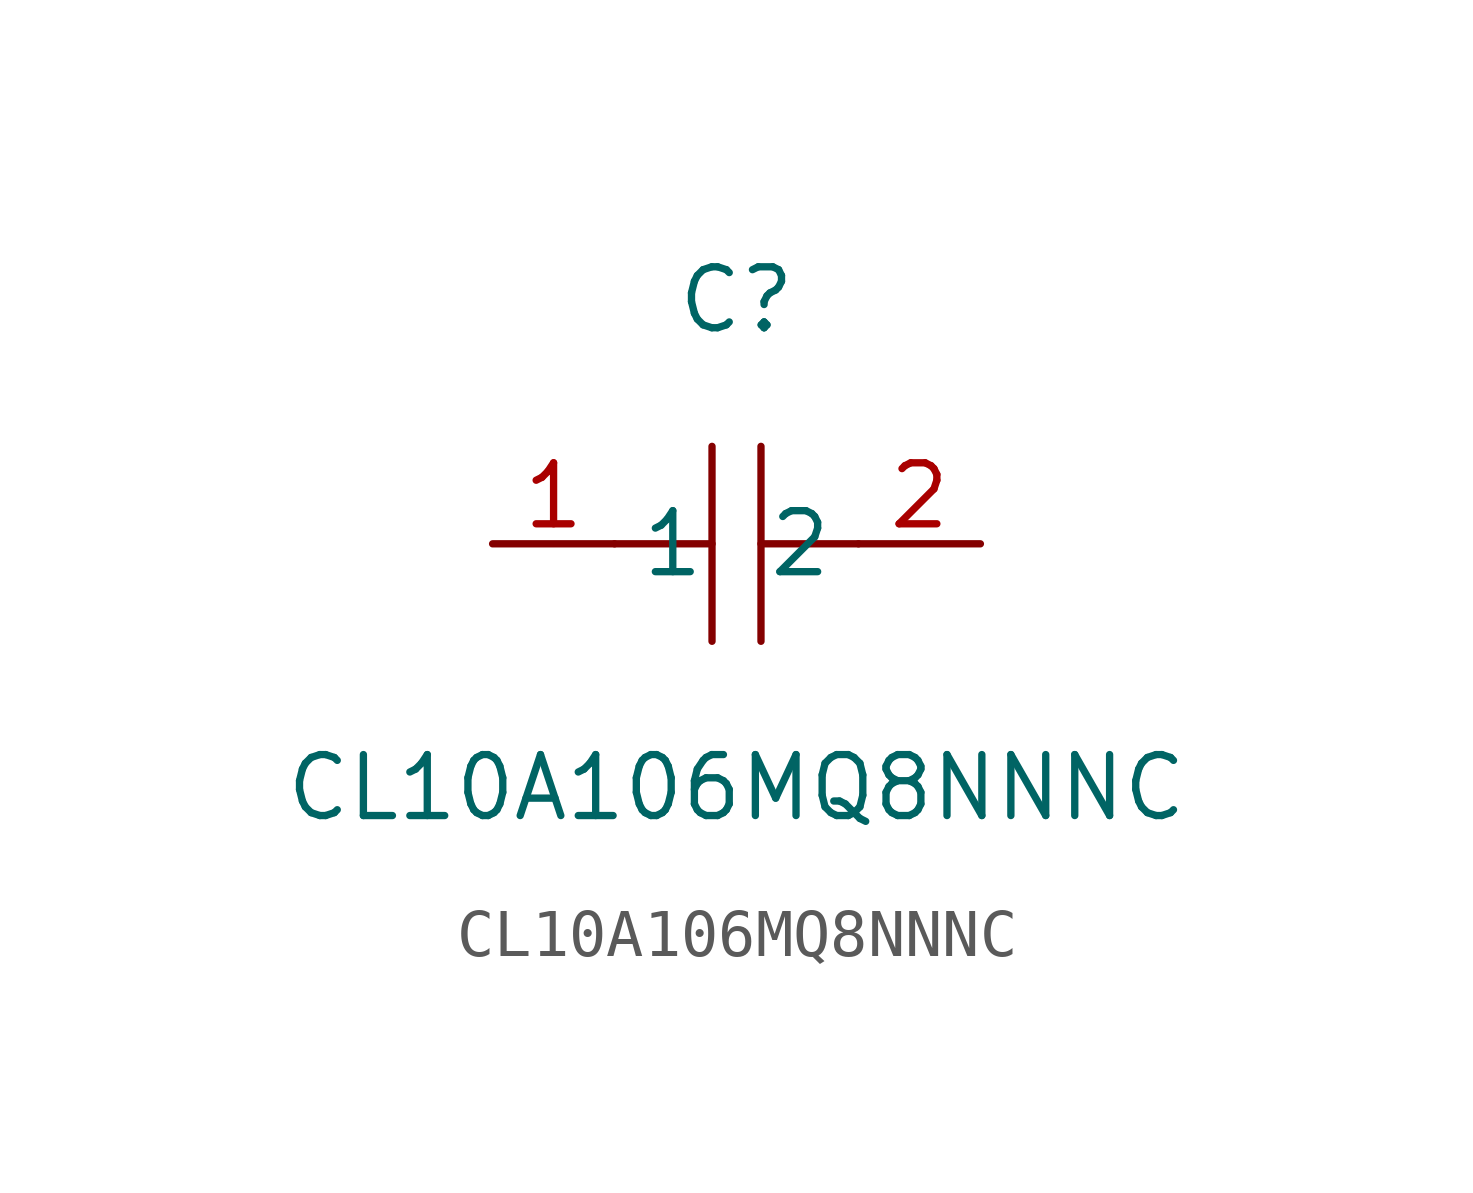
<source format=kicad_sym>
(kicad_symbol_lib
  (version 1)
  (generator "faebryk")
  (symbol "CL10A106MQ8NNNC"
    (property "Reference" "C"
      (at 0 5.08 0)
      (effects (font (size 1.27 1.27)) (hide no)))
    (property "Value" "CL10A106MQ8NNNC"
      (at 0 -5.08 0)
      (effects (font (size 1.27 1.27)) (hide no)))
    (symbol "CL10A106MQ8NNNC_0_1"
      (polyline (stroke (width 0) (type default) (color 0 0 0 0)) (fill (type none)) (pts (xy -0.51 -2.03) (xy -0.51 2.03)))
      (polyline (stroke (width 0) (type default) (color 0 0 0 0)) (fill (type none)) (pts (xy 2.54 0) (xy 0.51 0)))
      (polyline (stroke (width 0) (type default) (color 0 0 0 0)) (fill (type none)) (pts (xy 0.51 2.03) (xy 0.51 -2.03)))
      (polyline (stroke (width 0) (type default) (color 0 0 0 0)) (fill (type none)) (pts (xy -0.51 0) (xy -2.54 0)))
      (pin unspecified line (at -5.08 0 0) (length 2.54) (name "1" (effects (font (size 1.27 1.27)) (hide no))) (number "1" (effects (font (size 1.27 1.27)) (hide no))))
      (pin unspecified line (at 5.08 0 180) (length 2.54) (name "2" (effects (font (size 1.27 1.27)) (hide no))) (number "2" (effects (font (size 1.27 1.27)) (hide no)))))))
</source>
